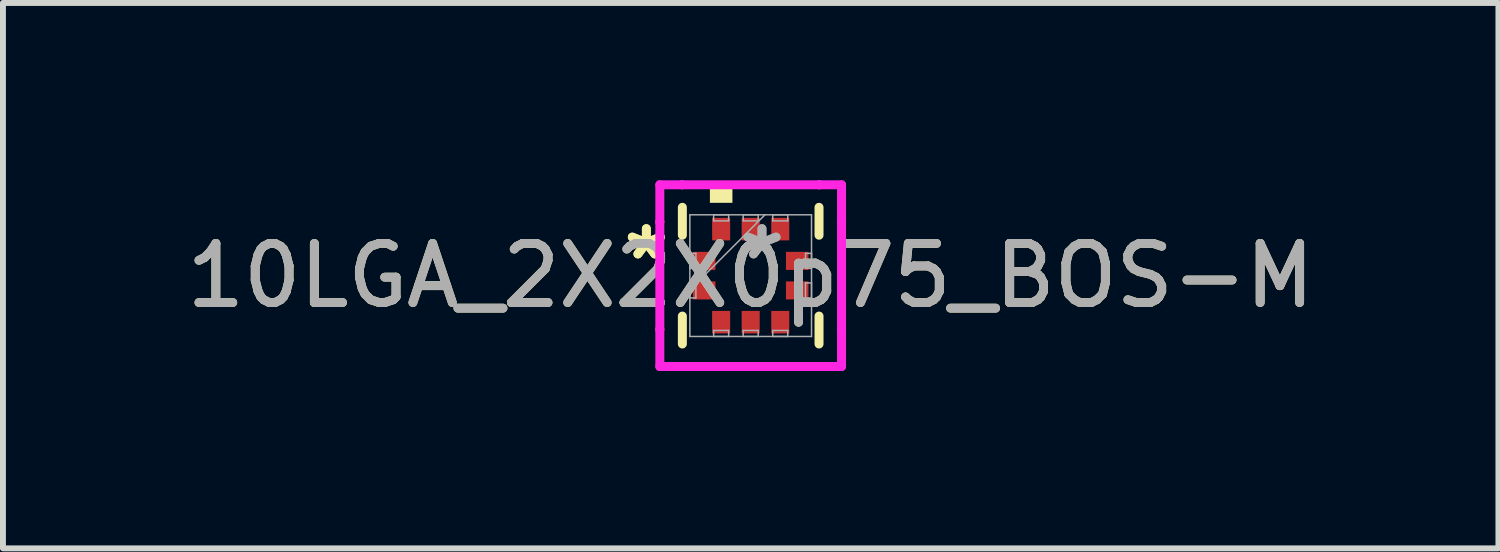
<source format=kicad_pcb>
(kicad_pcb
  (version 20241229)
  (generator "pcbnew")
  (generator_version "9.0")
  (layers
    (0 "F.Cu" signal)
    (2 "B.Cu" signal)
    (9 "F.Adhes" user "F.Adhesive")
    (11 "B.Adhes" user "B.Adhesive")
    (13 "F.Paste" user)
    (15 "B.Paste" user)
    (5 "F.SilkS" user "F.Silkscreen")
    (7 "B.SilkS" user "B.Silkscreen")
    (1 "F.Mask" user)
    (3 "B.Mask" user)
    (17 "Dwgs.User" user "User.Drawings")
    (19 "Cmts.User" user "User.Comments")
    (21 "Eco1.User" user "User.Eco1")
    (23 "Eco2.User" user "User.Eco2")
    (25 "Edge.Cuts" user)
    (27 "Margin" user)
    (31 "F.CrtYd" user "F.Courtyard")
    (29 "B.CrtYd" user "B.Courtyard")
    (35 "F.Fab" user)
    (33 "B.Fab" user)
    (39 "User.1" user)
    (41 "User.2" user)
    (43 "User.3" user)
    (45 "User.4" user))
  (footprint "10LGA_2X2X0p75_BOS-M"
    (layer "F.Cu")
    (at 9.649 1.613)
    (property "Reference" "10LGA_2X2X0p75_BOS-M" (at 0 0 0) (unlocked yes) (layer "F.SilkS") (effects (font (size 1 1) (thickness 0.15))))
    (attr smd)
    (fp_line (start -1.156 -1.156) (end -1.156 -0.684) (stroke (width 0.152) (type solid)) (layer "F.SilkS"))
    (fp_line (start -1.156 0.684) (end -1.156 1.156) (stroke (width 0.152) (type solid)) (layer "F.SilkS"))
    (fp_line (start 1.156 -0.684) (end 1.156 -1.156) (stroke (width 0.152) (type solid)) (layer "F.SilkS"))
    (fp_line (start 1.156 1.156) (end 1.156 0.684) (stroke (width 0.152) (type solid)) (layer "F.SilkS"))
    (fp_poly (pts (xy -0.69 -1.232) (xy -0.69 -1.486) (xy -0.309 -1.486) (xy -0.309 -1.232)) (stroke (width 0) (type solid)) (fill yes) (layer "F.SilkS"))
    (fp_line (start -1.537 -1.537) (end -1.16 -1.537) (stroke (width 0.152) (type solid)) (layer "F.CrtYd"))
    (fp_line (start -1.537 -0.91) (end -1.537 -1.537) (stroke (width 0.152) (type solid)) (layer "F.CrtYd"))
    (fp_line (start -1.537 -0.91) (end -1.537 -0.91) (stroke (width 0.152) (type solid)) (layer "F.CrtYd"))
    (fp_line (start -1.537 0.91) (end -1.537 -0.91) (stroke (width 0.152) (type solid)) (layer "F.CrtYd"))
    (fp_line (start -1.537 0.91) (end -1.537 0.91) (stroke (width 0.152) (type solid)) (layer "F.CrtYd"))
    (fp_line (start -1.537 1.537) (end -1.537 0.91) (stroke (width 0.152) (type solid)) (layer "F.CrtYd"))
    (fp_line (start -1.16 -1.537) (end -1.16 -1.537) (stroke (width 0.152) (type solid)) (layer "F.CrtYd"))
    (fp_line (start -1.16 -1.537) (end 1.16 -1.537) (stroke (width 0.152) (type solid)) (layer "F.CrtYd"))
    (fp_line (start -1.16 1.537) (end -1.537 1.537) (stroke (width 0.152) (type solid)) (layer "F.CrtYd"))
    (fp_line (start -1.16 1.537) (end -1.16 1.537) (stroke (width 0.152) (type solid)) (layer "F.CrtYd"))
    (fp_line (start 1.16 -1.537) (end 1.16 -1.537) (stroke (width 0.152) (type solid)) (layer "F.CrtYd"))
    (fp_line (start 1.16 -1.537) (end 1.537 -1.537) (stroke (width 0.152) (type solid)) (layer "F.CrtYd"))
    (fp_line (start 1.16 1.537) (end -1.16 1.537) (stroke (width 0.152) (type solid)) (layer "F.CrtYd"))
    (fp_line (start 1.16 1.537) (end 1.16 1.537) (stroke (width 0.152) (type solid)) (layer "F.CrtYd"))
    (fp_line (start 1.537 -1.537) (end 1.537 -0.91) (stroke (width 0.152) (type solid)) (layer "F.CrtYd"))
    (fp_line (start 1.537 -0.91) (end 1.537 -0.91) (stroke (width 0.152) (type solid)) (layer "F.CrtYd"))
    (fp_line (start 1.537 -0.91) (end 1.537 0.91) (stroke (width 0.152) (type solid)) (layer "F.CrtYd"))
    (fp_line (start 1.537 0.91) (end 1.537 0.91) (stroke (width 0.152) (type solid)) (layer "F.CrtYd"))
    (fp_line (start 1.537 0.91) (end 1.537 1.537) (stroke (width 0.152) (type solid)) (layer "F.CrtYd"))
    (fp_line (start 1.537 1.537) (end 1.16 1.537) (stroke (width 0.152) (type solid)) (layer "F.CrtYd"))
    (fp_line (start -1.029 -1.029) (end -1.029 1.029) (stroke (width 0.025) (type solid)) (layer "F.Fab"))
    (fp_line (start -1.029 -0.377) (end -0.927 -0.377) (stroke (width 0.025) (type solid)) (layer "F.Fab"))
    (fp_line (start -1.029 -0.123) (end -1.029 -0.377) (stroke (width 0.025) (type solid)) (layer "F.Fab"))
    (fp_line (start -1.029 0.123) (end -0.927 0.123) (stroke (width 0.025) (type solid)) (layer "F.Fab"))
    (fp_line (start -1.029 0.241) (end 0.241 -1.029) (stroke (width 0.025) (type solid)) (layer "F.Fab"))
    (fp_line (start -1.029 0.377) (end -1.029 0.123) (stroke (width 0.025) (type solid)) (layer "F.Fab"))
    (fp_line (start -1.029 1.029) (end 1.029 1.029) (stroke (width 0.025) (type solid)) (layer "F.Fab"))
    (fp_line (start -0.927 -0.377) (end -0.927 -0.123) (stroke (width 0.025) (type solid)) (layer "F.Fab"))
    (fp_line (start -0.927 -0.123) (end -1.029 -0.123) (stroke (width 0.025) (type solid)) (layer "F.Fab"))
    (fp_line (start -0.927 0.123) (end -0.927 0.377) (stroke (width 0.025) (type solid)) (layer "F.Fab"))
    (fp_line (start -0.927 0.377) (end -1.029 0.377) (stroke (width 0.025) (type solid)) (layer "F.Fab"))
    (fp_line (start -0.627 -1.029) (end -0.373 -1.029) (stroke (width 0.025) (type solid)) (layer "F.Fab"))
    (fp_line (start -0.627 -0.927) (end -0.627 -1.029) (stroke (width 0.025) (type solid)) (layer "F.Fab"))
    (fp_line (start -0.627 0.927) (end -0.373 0.927) (stroke (width 0.025) (type solid)) (layer "F.Fab"))
    (fp_line (start -0.627 1.029) (end -0.627 0.927) (stroke (width 0.025) (type solid)) (layer "F.Fab"))
    (fp_line (start -0.373 -1.029) (end -0.373 -0.927) (stroke (width 0.025) (type solid)) (layer "F.Fab"))
    (fp_line (start -0.373 -0.927) (end -0.627 -0.927) (stroke (width 0.025) (type solid)) (layer "F.Fab"))
    (fp_line (start -0.373 0.927) (end -0.373 1.029) (stroke (width 0.025) (type solid)) (layer "F.Fab"))
    (fp_line (start -0.373 1.029) (end -0.627 1.029) (stroke (width 0.025) (type solid)) (layer "F.Fab"))
    (fp_line (start -0.127 -1.029) (end 0.127 -1.029) (stroke (width 0.025) (type solid)) (layer "F.Fab"))
    (fp_line (start -0.127 -0.927) (end -0.127 -1.029) (stroke (width 0.025) (type solid)) (layer "F.Fab"))
    (fp_line (start -0.127 0.927) (end 0.127 0.927) (stroke (width 0.025) (type solid)) (layer "F.Fab"))
    (fp_line (start -0.127 1.029) (end -0.127 0.927) (stroke (width 0.025) (type solid)) (layer "F.Fab"))
    (fp_line (start 0.127 -1.029) (end 0.127 -0.927) (stroke (width 0.025) (type solid)) (layer "F.Fab"))
    (fp_line (start 0.127 -0.927) (end -0.127 -0.927) (stroke (width 0.025) (type solid)) (layer "F.Fab"))
    (fp_line (start 0.127 0.927) (end 0.127 1.029) (stroke (width 0.025) (type solid)) (layer "F.Fab"))
    (fp_line (start 0.127 1.029) (end -0.127 1.029) (stroke (width 0.025) (type solid)) (layer "F.Fab"))
    (fp_line (start 0.373 -1.029) (end 0.627 -1.029) (stroke (width 0.025) (type solid)) (layer "F.Fab"))
    (fp_line (start 0.373 -0.927) (end 0.373 -1.029) (stroke (width 0.025) (type solid)) (layer "F.Fab"))
    (fp_line (start 0.373 0.927) (end 0.627 0.927) (stroke (width 0.025) (type solid)) (layer "F.Fab"))
    (fp_line (start 0.373 1.029) (end 0.373 0.927) (stroke (width 0.025) (type solid)) (layer "F.Fab"))
    (fp_line (start 0.627 -1.029) (end 0.627 -0.927) (stroke (width 0.025) (type solid)) (layer "F.Fab"))
    (fp_line (start 0.627 -0.927) (end 0.373 -0.927) (stroke (width 0.025) (type solid)) (layer "F.Fab"))
    (fp_line (start 0.627 0.927) (end 0.627 1.029) (stroke (width 0.025) (type solid)) (layer "F.Fab"))
    (fp_line (start 0.627 1.029) (end 0.373 1.029) (stroke (width 0.025) (type solid)) (layer "F.Fab"))
    (fp_line (start 0.927 -0.377) (end 1.029 -0.377) (stroke (width 0.025) (type solid)) (layer "F.Fab"))
    (fp_line (start 0.927 -0.123) (end 0.927 -0.377) (stroke (width 0.025) (type solid)) (layer "F.Fab"))
    (fp_line (start 0.927 0.123) (end 1.029 0.123) (stroke (width 0.025) (type solid)) (layer "F.Fab"))
    (fp_line (start 0.927 0.377) (end 0.927 0.123) (stroke (width 0.025) (type solid)) (layer "F.Fab"))
    (fp_line (start 1.029 -1.029) (end -1.029 -1.029) (stroke (width 0.025) (type solid)) (layer "F.Fab"))
    (fp_line (start 1.029 -0.377) (end 1.029 -0.123) (stroke (width 0.025) (type solid)) (layer "F.Fab"))
    (fp_line (start 1.029 -0.123) (end 0.927 -0.123) (stroke (width 0.025) (type solid)) (layer "F.Fab"))
    (fp_line (start 1.029 0.123) (end 1.029 0.377) (stroke (width 0.025) (type solid)) (layer "F.Fab"))
    (fp_line (start 1.029 0.377) (end 0.927 0.377) (stroke (width 0.025) (type solid)) (layer "F.Fab"))
    (fp_line (start 1.029 1.029) (end 1.029 -1.029) (stroke (width 0.025) (type solid)) (layer "F.Fab"))
    (fp_text user "*" (at -1.765 -0.25 0) (layer "F.SilkS") (effects (font (size 1 1) (thickness 0.15))))
    (fp_text user "*" (at -1.765 -0.25 0) (unlocked yes) (layer "F.SilkS") (effects (font (size 1 1) (thickness 0.15))))
    (fp_text user "${REFERENCE}" (at 0 0 0) (unlocked yes) (layer "F.Fab") (effects (font (size 1 1) (thickness 0.15))))
    (fp_text user "*" (at 0.191 -0.25 0) (unlocked yes) (layer "F.Fab") (effects (font (size 1 1) (thickness 0.15))))
    (fp_text user "*" (at 0.191 -0.25 0) (layer "F.Fab") (effects (font (size 1 1) (thickness 0.15))))
    (pad "1" smd rect (at -0.787 -0.25 90) (size 0.305 0.381) (layers "F.Cu" "F.Mask" "F.Paste"))
    (pad "2" smd rect (at -0.787 0.25 90) (size 0.305 0.381) (layers "F.Cu" "F.Mask" "F.Paste"))
    (pad "3" smd rect (at -0.5 0.787) (size 0.305 0.381) (layers "F.Cu" "F.Mask" "F.Paste"))
    (pad "4" smd rect (at 0 0.787) (size 0.305 0.381) (layers "F.Cu" "F.Mask" "F.Paste"))
    (pad "5" smd rect (at 0.5 0.787) (size 0.305 0.381) (layers "F.Cu" "F.Mask" "F.Paste"))
    (pad "6" smd rect (at 0.787 0.25 90) (size 0.305 0.381) (layers "F.Cu" "F.Mask" "F.Paste"))
    (pad "7" smd rect (at 0.787 -0.25 90) (size 0.305 0.381) (layers "F.Cu" "F.Mask" "F.Paste"))
    (pad "8" smd rect (at 0.5 -0.787) (size 0.305 0.381) (layers "F.Cu" "F.Mask" "F.Paste"))
    (pad "9" smd rect (at 0 -0.787) (size 0.305 0.381) (layers "F.Cu" "F.Mask" "F.Paste"))
    (pad "10" smd rect (at -0.5 -0.787) (size 0.305 0.381) (layers "F.Cu" "F.Mask" "F.Paste")))
  (gr_rect
    (start -3 -3)
    (end 22.298 6.226)
    (stroke (width 0.1) (type default))
    (fill no)
    (layer "Edge.Cuts")))
</source>
